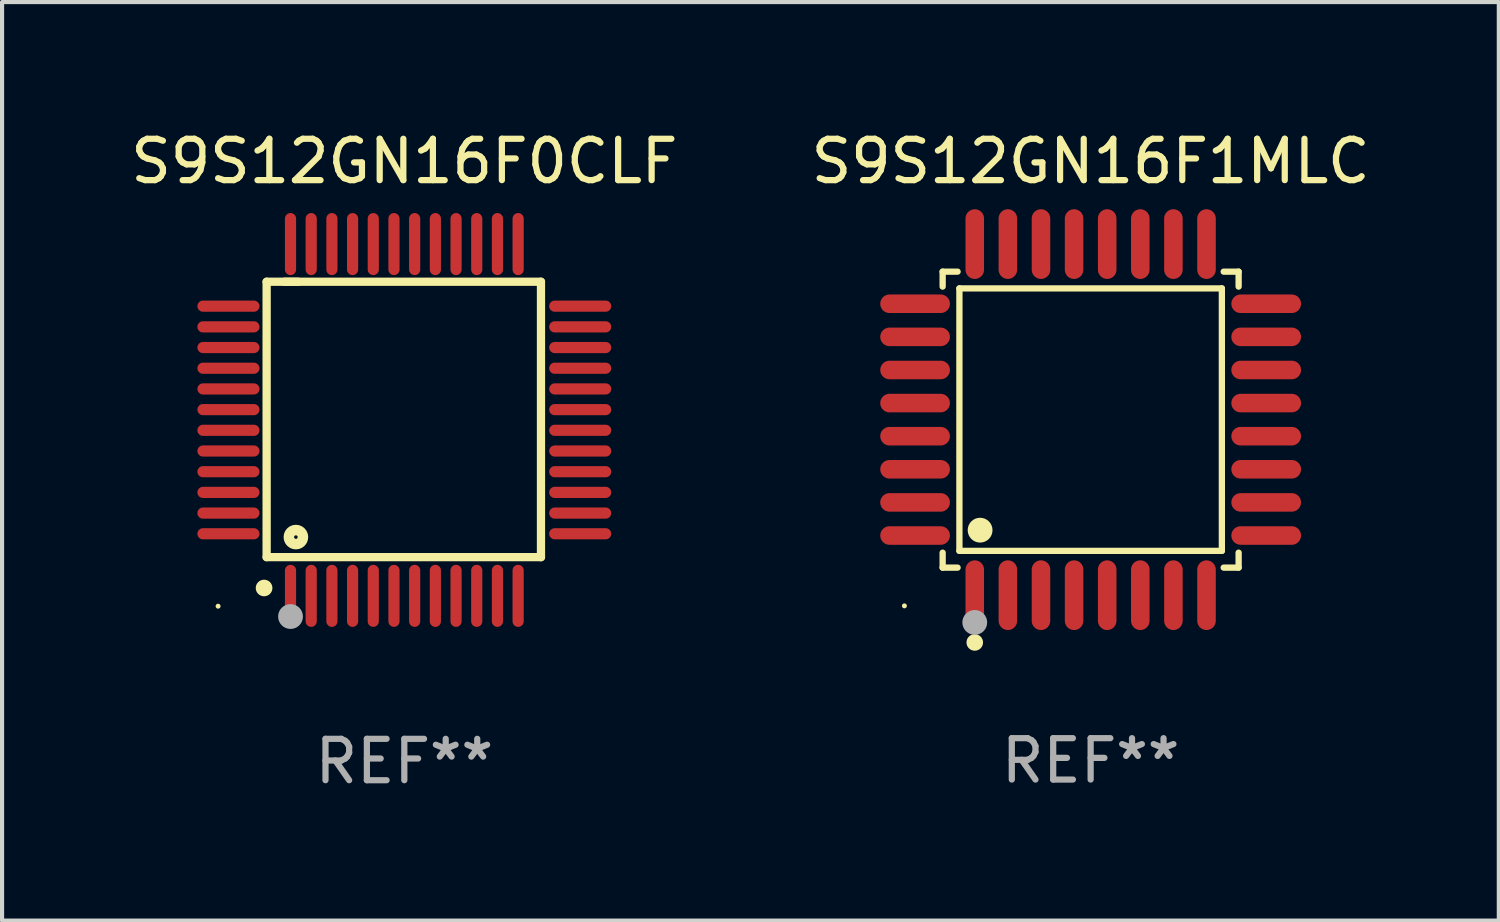
<source format=kicad_pcb>
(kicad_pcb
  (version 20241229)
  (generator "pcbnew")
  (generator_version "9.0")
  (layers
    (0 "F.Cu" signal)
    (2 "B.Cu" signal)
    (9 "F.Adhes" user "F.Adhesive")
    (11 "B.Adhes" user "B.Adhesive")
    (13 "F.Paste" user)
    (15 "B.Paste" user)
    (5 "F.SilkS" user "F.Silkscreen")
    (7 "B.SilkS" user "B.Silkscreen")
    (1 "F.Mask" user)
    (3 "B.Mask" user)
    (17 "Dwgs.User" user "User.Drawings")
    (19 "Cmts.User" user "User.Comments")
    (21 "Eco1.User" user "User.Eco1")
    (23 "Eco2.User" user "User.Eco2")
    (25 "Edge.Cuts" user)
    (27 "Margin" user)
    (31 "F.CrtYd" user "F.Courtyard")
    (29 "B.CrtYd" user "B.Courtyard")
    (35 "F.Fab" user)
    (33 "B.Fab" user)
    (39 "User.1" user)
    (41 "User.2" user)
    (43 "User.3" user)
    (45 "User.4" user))
  (footprint "S9S12GN16F0CLF"
    (layer "F.Cu")
    (at 6.72 7.098)
    (property "Reference" "S9S12GN16F0CLF" (at 0 -6.25 0) (layer "F.SilkS") (effects (font (size 1 1) (thickness 0.15))))
    (attr through_hole)
    (fp_line (start -3.327 -3.34) (end -2.565 -3.34) (stroke (width 0.2) (type solid)) (layer "F.SilkS"))
    (fp_line (start -3.327 3.315) (end -3.327 -3.34) (stroke (width 0.2) (type solid)) (layer "F.SilkS"))
    (fp_line (start -2.896 -3.34) (end 3.302 -3.34) (stroke (width 0.2) (type solid)) (layer "F.SilkS"))
    (fp_line (start 3.302 -3.34) (end 3.302 3.315) (stroke (width 0.2) (type solid)) (layer "F.SilkS"))
    (fp_line (start 3.302 3.315) (end -3.327 3.315) (stroke (width 0.2) (type solid)) (layer "F.SilkS"))
    (fp_arc (start -3.389992 4.059995) (mid -3.388722 4.059991) (end -3.387452 4.059995) (stroke (width 0.4) (type solid)) (layer "F.SilkS"))
    (fp_circle (center -4.5 4.5) (end -4.47 4.5) (stroke (width 0.06) (type solid)) (fill no) (layer "F.SilkS"))
    (fp_circle (center -2.62 2.83) (end -2.45 2.83) (stroke (width 0.254) (type solid)) (fill no) (layer "F.SilkS"))
    (fp_circle (center -2.75 4.75) (end -2.6 4.75) (stroke (width 0.3) (type solid)) (fill no) (layer "F.Fab"))
    (fp_text user "REF**" (at 0 8.25 0) (layer "F.Fab") (effects (font (size 1 1) (thickness 0.15))))
    (pad "1" smd oval (at -2.75 4.25) (size 0.27 1.5) (layers "F.Cu" "F.Mask" "F.Paste"))
    (pad "2" smd oval (at -2.25 4.25) (size 0.27 1.5) (layers "F.Cu" "F.Mask" "F.Paste"))
    (pad "3" smd oval (at -1.75 4.25) (size 0.27 1.5) (layers "F.Cu" "F.Mask" "F.Paste"))
    (pad "4" smd oval (at -1.25 4.25) (size 0.27 1.5) (layers "F.Cu" "F.Mask" "F.Paste"))
    (pad "5" smd oval (at -0.75 4.25) (size 0.27 1.5) (layers "F.Cu" "F.Mask" "F.Paste"))
    (pad "6" smd oval (at -0.25 4.25) (size 0.27 1.5) (layers "F.Cu" "F.Mask" "F.Paste"))
    (pad "7" smd oval (at 0.25 4.25) (size 0.27 1.5) (layers "F.Cu" "F.Mask" "F.Paste"))
    (pad "8" smd oval (at 0.75 4.25) (size 0.27 1.5) (layers "F.Cu" "F.Mask" "F.Paste"))
    (pad "9" smd oval (at 1.25 4.25) (size 0.27 1.5) (layers "F.Cu" "F.Mask" "F.Paste"))
    (pad "10" smd oval (at 1.75 4.25) (size 0.27 1.5) (layers "F.Cu" "F.Mask" "F.Paste"))
    (pad "11" smd oval (at 2.25 4.25) (size 0.27 1.5) (layers "F.Cu" "F.Mask" "F.Paste"))
    (pad "12" smd oval (at 2.75 4.25) (size 0.27 1.5) (layers "F.Cu" "F.Mask" "F.Paste"))
    (pad "13" smd oval (at 4.25 2.75) (size 1.5 0.27) (layers "F.Cu" "F.Mask" "F.Paste"))
    (pad "14" smd oval (at 4.25 2.25) (size 1.5 0.27) (layers "F.Cu" "F.Mask" "F.Paste"))
    (pad "15" smd oval (at 4.25 1.75) (size 1.5 0.27) (layers "F.Cu" "F.Mask" "F.Paste"))
    (pad "16" smd oval (at 4.25 1.25) (size 1.5 0.27) (layers "F.Cu" "F.Mask" "F.Paste"))
    (pad "17" smd oval (at 4.25 0.75) (size 1.5 0.27) (layers "F.Cu" "F.Mask" "F.Paste"))
    (pad "18" smd oval (at 4.25 0.25) (size 1.5 0.27) (layers "F.Cu" "F.Mask" "F.Paste"))
    (pad "19" smd oval (at 4.25 -0.25) (size 1.5 0.27) (layers "F.Cu" "F.Mask" "F.Paste"))
    (pad "20" smd oval (at 4.25 -0.75) (size 1.5 0.27) (layers "F.Cu" "F.Mask" "F.Paste"))
    (pad "21" smd oval (at 4.25 -1.25) (size 1.5 0.27) (layers "F.Cu" "F.Mask" "F.Paste"))
    (pad "22" smd oval (at 4.25 -1.75) (size 1.5 0.27) (layers "F.Cu" "F.Mask" "F.Paste"))
    (pad "23" smd oval (at 4.25 -2.25) (size 1.5 0.27) (layers "F.Cu" "F.Mask" "F.Paste"))
    (pad "24" smd oval (at 4.25 -2.75) (size 1.5 0.27) (layers "F.Cu" "F.Mask" "F.Paste"))
    (pad "25" smd oval (at 2.75 -4.25) (size 0.27 1.5) (layers "F.Cu" "F.Mask" "F.Paste"))
    (pad "26" smd oval (at 2.25 -4.25) (size 0.27 1.5) (layers "F.Cu" "F.Mask" "F.Paste"))
    (pad "27" smd oval (at 1.75 -4.25) (size 0.27 1.5) (layers "F.Cu" "F.Mask" "F.Paste"))
    (pad "28" smd oval (at 1.25 -4.25) (size 0.27 1.5) (layers "F.Cu" "F.Mask" "F.Paste"))
    (pad "29" smd oval (at 0.75 -4.25) (size 0.27 1.5) (layers "F.Cu" "F.Mask" "F.Paste"))
    (pad "30" smd oval (at 0.25 -4.25) (size 0.27 1.5) (layers "F.Cu" "F.Mask" "F.Paste"))
    (pad "31" smd oval (at -0.25 -4.25) (size 0.27 1.5) (layers "F.Cu" "F.Mask" "F.Paste"))
    (pad "32" smd oval (at -0.75 -4.25) (size 0.27 1.5) (layers "F.Cu" "F.Mask" "F.Paste"))
    (pad "33" smd oval (at -1.25 -4.25) (size 0.27 1.5) (layers "F.Cu" "F.Mask" "F.Paste"))
    (pad "34" smd oval (at -1.75 -4.25) (size 0.27 1.5) (layers "F.Cu" "F.Mask" "F.Paste"))
    (pad "35" smd oval (at -2.25 -4.25) (size 0.27 1.5) (layers "F.Cu" "F.Mask" "F.Paste"))
    (pad "36" smd oval (at -2.75 -4.25) (size 0.27 1.5) (layers "F.Cu" "F.Mask" "F.Paste"))
    (pad "37" smd oval (at -4.25 -2.75) (size 1.5 0.27) (layers "F.Cu" "F.Mask" "F.Paste"))
    (pad "38" smd oval (at -4.25 -2.25) (size 1.5 0.27) (layers "F.Cu" "F.Mask" "F.Paste"))
    (pad "39" smd oval (at -4.25 -1.75) (size 1.5 0.27) (layers "F.Cu" "F.Mask" "F.Paste"))
    (pad "40" smd oval (at -4.25 -1.25) (size 1.5 0.27) (layers "F.Cu" "F.Mask" "F.Paste"))
    (pad "41" smd oval (at -4.25 -0.75) (size 1.5 0.27) (layers "F.Cu" "F.Mask" "F.Paste"))
    (pad "42" smd oval (at -4.25 -0.25) (size 1.5 0.27) (layers "F.Cu" "F.Mask" "F.Paste"))
    (pad "43" smd oval (at -4.25 0.25) (size 1.5 0.27) (layers "F.Cu" "F.Mask" "F.Paste"))
    (pad "44" smd oval (at -4.25 0.75) (size 1.5 0.27) (layers "F.Cu" "F.Mask" "F.Paste"))
    (pad "45" smd oval (at -4.25 1.25) (size 1.5 0.27) (layers "F.Cu" "F.Mask" "F.Paste"))
    (pad "46" smd oval (at -4.25 1.75) (size 1.5 0.27) (layers "F.Cu" "F.Mask" "F.Paste"))
    (pad "47" smd oval (at -4.25 2.25) (size 1.5 0.27) (layers "F.Cu" "F.Mask" "F.Paste"))
    (pad "48" smd oval (at -4.25 2.75) (size 1.5 0.27) (layers "F.Cu" "F.Mask" "F.Paste")))
  (footprint "S9S12GN16F1MLC"
    (layer "F.Cu")
    (at 23.304 7.09)
    (property "Reference" "S9S12GN16F1MLC" (at 0 -6.242 0) (layer "F.SilkS") (effects (font (size 1 1) (thickness 0.15))))
    (attr through_hole)
    (fp_line (start -3.576 -3.576) (end -3.215 -3.576) (stroke (width 0.152) (type solid)) (layer "F.SilkS"))
    (fp_line (start -3.576 -3.215) (end -3.576 -3.576) (stroke (width 0.152) (type solid)) (layer "F.SilkS"))
    (fp_line (start -3.576 3.215) (end -3.576 3.576) (stroke (width 0.152) (type solid)) (layer "F.SilkS"))
    (fp_line (start -3.576 3.576) (end -3.215 3.576) (stroke (width 0.152) (type solid)) (layer "F.SilkS"))
    (fp_line (start -3.171 -3.171) (end 3.171 -3.171) (stroke (width 0.152) (type solid)) (layer "F.SilkS"))
    (fp_line (start -3.171 3.171) (end -3.171 -3.171) (stroke (width 0.152) (type solid)) (layer "F.SilkS"))
    (fp_line (start 3.171 -3.171) (end 3.171 3.171) (stroke (width 0.152) (type solid)) (layer "F.SilkS"))
    (fp_line (start 3.171 3.171) (end -3.171 3.171) (stroke (width 0.152) (type solid)) (layer "F.SilkS"))
    (fp_line (start 3.576 -3.576) (end 3.215 -3.576) (stroke (width 0.152) (type solid)) (layer "F.SilkS"))
    (fp_line (start 3.576 -3.215) (end 3.576 -3.576) (stroke (width 0.152) (type solid)) (layer "F.SilkS"))
    (fp_line (start 3.576 3.215) (end 3.576 3.576) (stroke (width 0.152) (type solid)) (layer "F.SilkS"))
    (fp_line (start 3.576 3.576) (end 3.215 3.576) (stroke (width 0.152) (type solid)) (layer "F.SilkS"))
    (fp_circle (center -4.5 4.5) (end -4.47 4.5) (stroke (width 0.06) (type solid)) (fill no) (layer "F.SilkS"))
    (fp_circle (center -2.8 5.384) (end -2.7 5.384) (stroke (width 0.2) (type solid)) (fill no) (layer "F.SilkS"))
    (fp_circle (center -2.671 2.671) (end -2.521 2.671) (stroke (width 0.3) (type solid)) (fill no) (layer "F.SilkS"))
    (fp_circle (center -2.8 4.9) (end -2.65 4.9) (stroke (width 0.3) (type solid)) (fill no) (layer "F.Fab"))
    (fp_text user "REF**" (at 0 8.242 0) (layer "F.Fab") (effects (font (size 1 1) (thickness 0.15))))
    (pad "1" smd oval (at -2.8 4.242) (size 0.448 1.684) (layers "F.Cu" "F.Mask" "F.Paste"))
    (pad "2" smd oval (at -2 4.242) (size 0.448 1.684) (layers "F.Cu" "F.Mask" "F.Paste"))
    (pad "3" smd oval (at -1.2 4.242) (size 0.448 1.684) (layers "F.Cu" "F.Mask" "F.Paste"))
    (pad "4" smd oval (at -0.4 4.242) (size 0.448 1.684) (layers "F.Cu" "F.Mask" "F.Paste"))
    (pad "5" smd oval (at 0.4 4.242) (size 0.448 1.684) (layers "F.Cu" "F.Mask" "F.Paste"))
    (pad "6" smd oval (at 1.2 4.242) (size 0.448 1.684) (layers "F.Cu" "F.Mask" "F.Paste"))
    (pad "7" smd oval (at 2 4.242) (size 0.448 1.684) (layers "F.Cu" "F.Mask" "F.Paste"))
    (pad "8" smd oval (at 2.8 4.242) (size 0.448 1.684) (layers "F.Cu" "F.Mask" "F.Paste"))
    (pad "9" smd oval (at 4.242 2.8) (size 1.684 0.448) (layers "F.Cu" "F.Mask" "F.Paste"))
    (pad "10" smd oval (at 4.242 2) (size 1.684 0.448) (layers "F.Cu" "F.Mask" "F.Paste"))
    (pad "11" smd oval (at 4.242 1.2) (size 1.684 0.448) (layers "F.Cu" "F.Mask" "F.Paste"))
    (pad "12" smd oval (at 4.242 0.4) (size 1.684 0.448) (layers "F.Cu" "F.Mask" "F.Paste"))
    (pad "13" smd oval (at 4.242 -0.4) (size 1.684 0.448) (layers "F.Cu" "F.Mask" "F.Paste"))
    (pad "14" smd oval (at 4.242 -1.2) (size 1.684 0.448) (layers "F.Cu" "F.Mask" "F.Paste"))
    (pad "15" smd oval (at 4.242 -2) (size 1.684 0.448) (layers "F.Cu" "F.Mask" "F.Paste"))
    (pad "16" smd oval (at 4.242 -2.8) (size 1.684 0.448) (layers "F.Cu" "F.Mask" "F.Paste"))
    (pad "17" smd oval (at 2.8 -4.242) (size 0.448 1.684) (layers "F.Cu" "F.Mask" "F.Paste"))
    (pad "18" smd oval (at 2 -4.242) (size 0.448 1.684) (layers "F.Cu" "F.Mask" "F.Paste"))
    (pad "19" smd oval (at 1.2 -4.242) (size 0.448 1.684) (layers "F.Cu" "F.Mask" "F.Paste"))
    (pad "20" smd oval (at 0.4 -4.242) (size 0.448 1.684) (layers "F.Cu" "F.Mask" "F.Paste"))
    (pad "21" smd oval (at -0.4 -4.242) (size 0.448 1.684) (layers "F.Cu" "F.Mask" "F.Paste"))
    (pad "22" smd oval (at -1.2 -4.242) (size 0.448 1.684) (layers "F.Cu" "F.Mask" "F.Paste"))
    (pad "23" smd oval (at -2 -4.242) (size 0.448 1.684) (layers "F.Cu" "F.Mask" "F.Paste"))
    (pad "24" smd oval (at -2.8 -4.242) (size 0.448 1.684) (layers "F.Cu" "F.Mask" "F.Paste"))
    (pad "25" smd oval (at -4.242 -2.8) (size 1.684 0.448) (layers "F.Cu" "F.Mask" "F.Paste"))
    (pad "26" smd oval (at -4.242 -2) (size 1.684 0.448) (layers "F.Cu" "F.Mask" "F.Paste"))
    (pad "27" smd oval (at -4.242 -1.2) (size 1.684 0.448) (layers "F.Cu" "F.Mask" "F.Paste"))
    (pad "28" smd oval (at -4.242 -0.4) (size 1.684 0.448) (layers "F.Cu" "F.Mask" "F.Paste"))
    (pad "29" smd oval (at -4.242 0.4) (size 1.684 0.448) (layers "F.Cu" "F.Mask" "F.Paste"))
    (pad "30" smd oval (at -4.242 1.2) (size 1.684 0.448) (layers "F.Cu" "F.Mask" "F.Paste"))
    (pad "31" smd oval (at -4.242 2) (size 1.684 0.448) (layers "F.Cu" "F.Mask" "F.Paste"))
    (pad "32" smd oval (at -4.242 2.8) (size 1.684 0.448) (layers "F.Cu" "F.Mask" "F.Paste")))
  (gr_rect
    (start -3 -3)
    (end 33.167 19.196)
    (stroke (width 0.1) (type default))
    (fill no)
    (layer "Edge.Cuts")))
</source>
